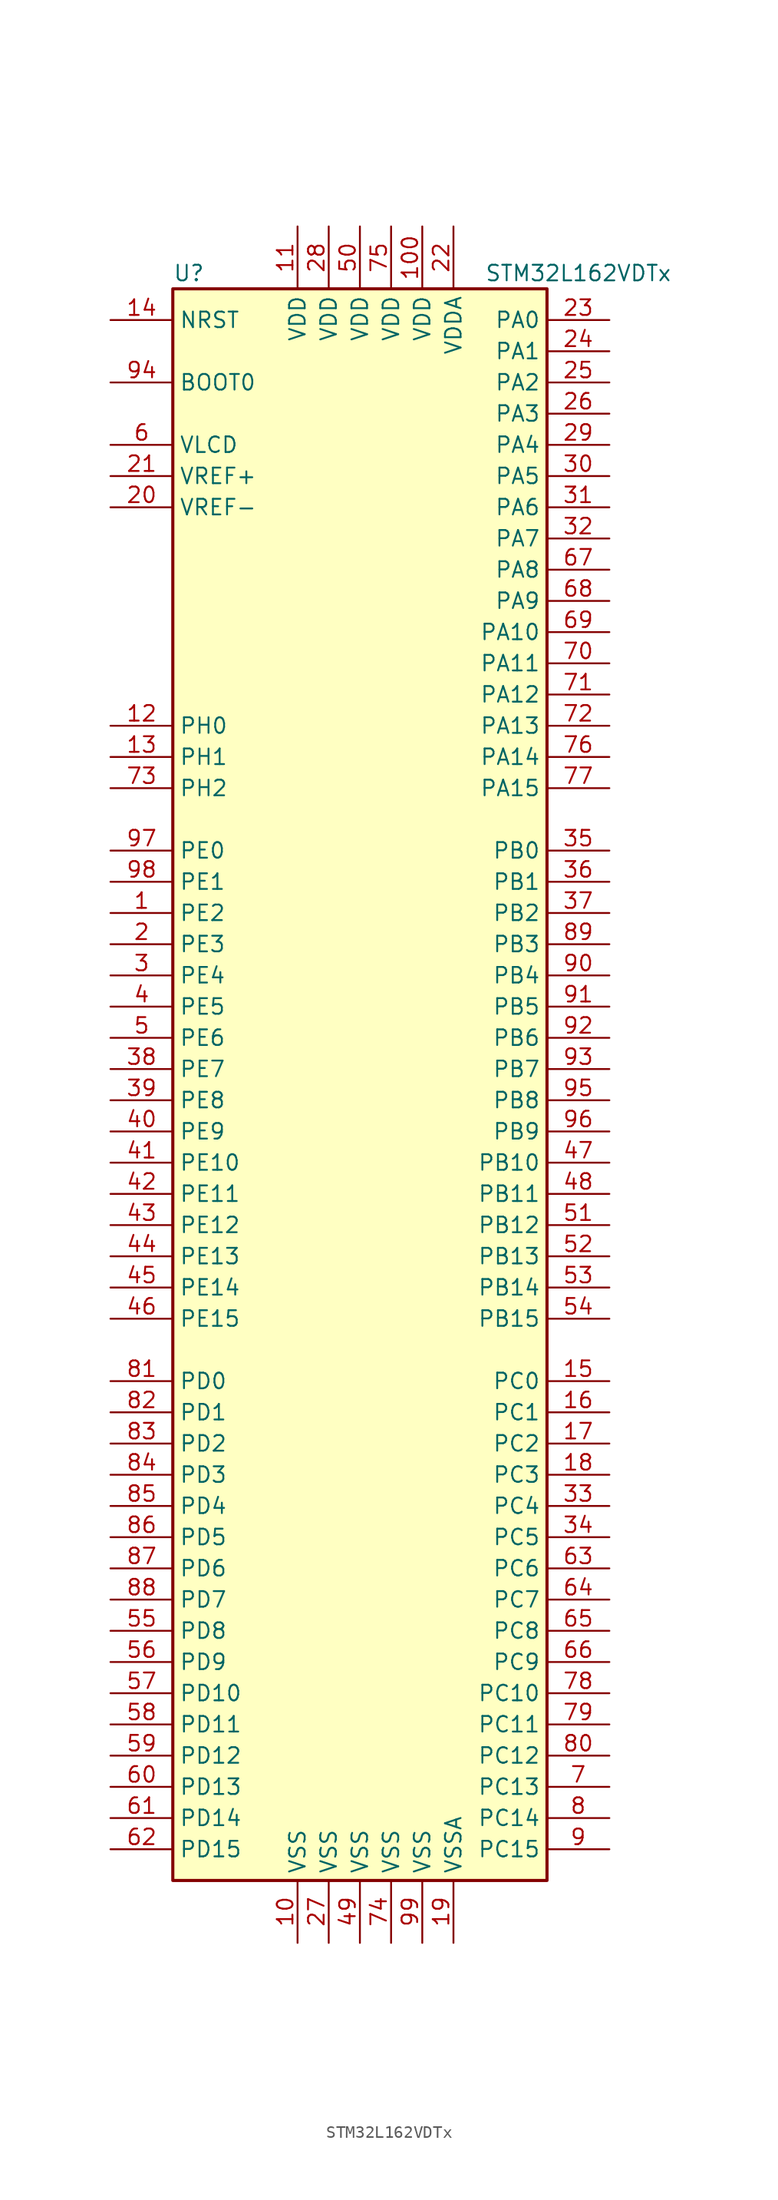
<source format=kicad_sym>
(kicad_symbol_lib
  (version 20201005)
  (generator kicad_symbol_editor)
  (symbol "STM32L162VDTx"
    (property "Reference" "U"
      (at -15.24 64.77 0)
      (effects (font (size 1.27 1.27)) (justify left)))
    (property "Value" "STM32L162VDTx"
      (at 10.16 64.77 0)
      (effects (font (size 1.27 1.27)) (justify left)))
    (symbol "STM32L162VDTx_0_1"
      (rectangle (start -15.24 -66.04) (end 15.24 63.5) (stroke (width 0.254)) (fill (type background))))
    (symbol "STM32L162VDTx_1_1"
      (pin input line (at -20.32 55.88 0) (length 5.08) (name "BOOT0" (effects (font (size 1.27 1.27)))) (number "94" (effects (font (size 1.27 1.27)))))
      (pin input line (at -20.32 60.96 0) (length 5.08) (name "NRST" (effects (font (size 1.27 1.27)))) (number "14" (effects (font (size 1.27 1.27)))))
      (pin bidirectional line (at 20.32 60.96 180) (length 5.08) (name "PA0" (effects (font (size 1.27 1.27)))) (number "23" (effects (font (size 1.27 1.27)))))
      (pin bidirectional line (at 20.32 58.42 180) (length 5.08) (name "PA1" (effects (font (size 1.27 1.27)))) (number "24" (effects (font (size 1.27 1.27)))))
      (pin bidirectional line (at 20.32 35.56 180) (length 5.08) (name "PA10" (effects (font (size 1.27 1.27)))) (number "69" (effects (font (size 1.27 1.27)))))
      (pin bidirectional line (at 20.32 33.02 180) (length 5.08) (name "PA11" (effects (font (size 1.27 1.27)))) (number "70" (effects (font (size 1.27 1.27)))))
      (pin bidirectional line (at 20.32 30.48 180) (length 5.08) (name "PA12" (effects (font (size 1.27 1.27)))) (number "71" (effects (font (size 1.27 1.27)))))
      (pin bidirectional line (at 20.32 27.94 180) (length 5.08) (name "PA13" (effects (font (size 1.27 1.27)))) (number "72" (effects (font (size 1.27 1.27)))))
      (pin bidirectional line (at 20.32 25.4 180) (length 5.08) (name "PA14" (effects (font (size 1.27 1.27)))) (number "76" (effects (font (size 1.27 1.27)))))
      (pin bidirectional line (at 20.32 22.86 180) (length 5.08) (name "PA15" (effects (font (size 1.27 1.27)))) (number "77" (effects (font (size 1.27 1.27)))))
      (pin bidirectional line (at 20.32 55.88 180) (length 5.08) (name "PA2" (effects (font (size 1.27 1.27)))) (number "25" (effects (font (size 1.27 1.27)))))
      (pin bidirectional line (at 20.32 53.34 180) (length 5.08) (name "PA3" (effects (font (size 1.27 1.27)))) (number "26" (effects (font (size 1.27 1.27)))))
      (pin bidirectional line (at 20.32 50.8 180) (length 5.08) (name "PA4" (effects (font (size 1.27 1.27)))) (number "29" (effects (font (size 1.27 1.27)))))
      (pin bidirectional line (at 20.32 48.26 180) (length 5.08) (name "PA5" (effects (font (size 1.27 1.27)))) (number "30" (effects (font (size 1.27 1.27)))))
      (pin bidirectional line (at 20.32 45.72 180) (length 5.08) (name "PA6" (effects (font (size 1.27 1.27)))) (number "31" (effects (font (size 1.27 1.27)))))
      (pin bidirectional line (at 20.32 43.18 180) (length 5.08) (name "PA7" (effects (font (size 1.27 1.27)))) (number "32" (effects (font (size 1.27 1.27)))))
      (pin bidirectional line (at 20.32 40.64 180) (length 5.08) (name "PA8" (effects (font (size 1.27 1.27)))) (number "67" (effects (font (size 1.27 1.27)))))
      (pin bidirectional line (at 20.32 38.1 180) (length 5.08) (name "PA9" (effects (font (size 1.27 1.27)))) (number "68" (effects (font (size 1.27 1.27)))))
      (pin bidirectional line (at 20.32 17.78 180) (length 5.08) (name "PB0" (effects (font (size 1.27 1.27)))) (number "35" (effects (font (size 1.27 1.27)))))
      (pin bidirectional line (at 20.32 15.24 180) (length 5.08) (name "PB1" (effects (font (size 1.27 1.27)))) (number "36" (effects (font (size 1.27 1.27)))))
      (pin bidirectional line (at 20.32 -7.62 180) (length 5.08) (name "PB10" (effects (font (size 1.27 1.27)))) (number "47" (effects (font (size 1.27 1.27)))))
      (pin bidirectional line (at 20.32 -10.16 180) (length 5.08) (name "PB11" (effects (font (size 1.27 1.27)))) (number "48" (effects (font (size 1.27 1.27)))))
      (pin bidirectional line (at 20.32 -12.7 180) (length 5.08) (name "PB12" (effects (font (size 1.27 1.27)))) (number "51" (effects (font (size 1.27 1.27)))))
      (pin bidirectional line (at 20.32 -15.24 180) (length 5.08) (name "PB13" (effects (font (size 1.27 1.27)))) (number "52" (effects (font (size 1.27 1.27)))))
      (pin bidirectional line (at 20.32 -17.78 180) (length 5.08) (name "PB14" (effects (font (size 1.27 1.27)))) (number "53" (effects (font (size 1.27 1.27)))))
      (pin bidirectional line (at 20.32 -20.32 180) (length 5.08) (name "PB15" (effects (font (size 1.27 1.27)))) (number "54" (effects (font (size 1.27 1.27)))))
      (pin bidirectional line (at 20.32 12.7 180) (length 5.08) (name "PB2" (effects (font (size 1.27 1.27)))) (number "37" (effects (font (size 1.27 1.27)))))
      (pin bidirectional line (at 20.32 10.16 180) (length 5.08) (name "PB3" (effects (font (size 1.27 1.27)))) (number "89" (effects (font (size 1.27 1.27)))))
      (pin bidirectional line (at 20.32 7.62 180) (length 5.08) (name "PB4" (effects (font (size 1.27 1.27)))) (number "90" (effects (font (size 1.27 1.27)))))
      (pin bidirectional line (at 20.32 5.08 180) (length 5.08) (name "PB5" (effects (font (size 1.27 1.27)))) (number "91" (effects (font (size 1.27 1.27)))))
      (pin bidirectional line (at 20.32 2.54 180) (length 5.08) (name "PB6" (effects (font (size 1.27 1.27)))) (number "92" (effects (font (size 1.27 1.27)))))
      (pin bidirectional line (at 20.32 0 180) (length 5.08) (name "PB7" (effects (font (size 1.27 1.27)))) (number "93" (effects (font (size 1.27 1.27)))))
      (pin bidirectional line (at 20.32 -2.54 180) (length 5.08) (name "PB8" (effects (font (size 1.27 1.27)))) (number "95" (effects (font (size 1.27 1.27)))))
      (pin bidirectional line (at 20.32 -5.08 180) (length 5.08) (name "PB9" (effects (font (size 1.27 1.27)))) (number "96" (effects (font (size 1.27 1.27)))))
      (pin bidirectional line (at 20.32 -25.4 180) (length 5.08) (name "PC0" (effects (font (size 1.27 1.27)))) (number "15" (effects (font (size 1.27 1.27)))))
      (pin bidirectional line (at 20.32 -27.94 180) (length 5.08) (name "PC1" (effects (font (size 1.27 1.27)))) (number "16" (effects (font (size 1.27 1.27)))))
      (pin bidirectional line (at 20.32 -50.8 180) (length 5.08) (name "PC10" (effects (font (size 1.27 1.27)))) (number "78" (effects (font (size 1.27 1.27)))))
      (pin bidirectional line (at 20.32 -53.34 180) (length 5.08) (name "PC11" (effects (font (size 1.27 1.27)))) (number "79" (effects (font (size 1.27 1.27)))))
      (pin bidirectional line (at 20.32 -55.88 180) (length 5.08) (name "PC12" (effects (font (size 1.27 1.27)))) (number "80" (effects (font (size 1.27 1.27)))))
      (pin bidirectional line (at 20.32 -58.42 180) (length 5.08) (name "PC13" (effects (font (size 1.27 1.27)))) (number "7" (effects (font (size 1.27 1.27)))))
      (pin bidirectional line (at 20.32 -60.96 180) (length 5.08) (name "PC14" (effects (font (size 1.27 1.27)))) (number "8" (effects (font (size 1.27 1.27)))))
      (pin bidirectional line (at 20.32 -63.5 180) (length 5.08) (name "PC15" (effects (font (size 1.27 1.27)))) (number "9" (effects (font (size 1.27 1.27)))))
      (pin bidirectional line (at 20.32 -30.48 180) (length 5.08) (name "PC2" (effects (font (size 1.27 1.27)))) (number "17" (effects (font (size 1.27 1.27)))))
      (pin bidirectional line (at 20.32 -33.02 180) (length 5.08) (name "PC3" (effects (font (size 1.27 1.27)))) (number "18" (effects (font (size 1.27 1.27)))))
      (pin bidirectional line (at 20.32 -35.56 180) (length 5.08) (name "PC4" (effects (font (size 1.27 1.27)))) (number "33" (effects (font (size 1.27 1.27)))))
      (pin bidirectional line (at 20.32 -38.1 180) (length 5.08) (name "PC5" (effects (font (size 1.27 1.27)))) (number "34" (effects (font (size 1.27 1.27)))))
      (pin bidirectional line (at 20.32 -40.64 180) (length 5.08) (name "PC6" (effects (font (size 1.27 1.27)))) (number "63" (effects (font (size 1.27 1.27)))))
      (pin bidirectional line (at 20.32 -43.18 180) (length 5.08) (name "PC7" (effects (font (size 1.27 1.27)))) (number "64" (effects (font (size 1.27 1.27)))))
      (pin bidirectional line (at 20.32 -45.72 180) (length 5.08) (name "PC8" (effects (font (size 1.27 1.27)))) (number "65" (effects (font (size 1.27 1.27)))))
      (pin bidirectional line (at 20.32 -48.26 180) (length 5.08) (name "PC9" (effects (font (size 1.27 1.27)))) (number "66" (effects (font (size 1.27 1.27)))))
      (pin bidirectional line (at -20.32 -25.4 0) (length 5.08) (name "PD0" (effects (font (size 1.27 1.27)))) (number "81" (effects (font (size 1.27 1.27)))))
      (pin bidirectional line (at -20.32 -27.94 0) (length 5.08) (name "PD1" (effects (font (size 1.27 1.27)))) (number "82" (effects (font (size 1.27 1.27)))))
      (pin bidirectional line (at -20.32 -50.8 0) (length 5.08) (name "PD10" (effects (font (size 1.27 1.27)))) (number "57" (effects (font (size 1.27 1.27)))))
      (pin bidirectional line (at -20.32 -53.34 0) (length 5.08) (name "PD11" (effects (font (size 1.27 1.27)))) (number "58" (effects (font (size 1.27 1.27)))))
      (pin bidirectional line (at -20.32 -55.88 0) (length 5.08) (name "PD12" (effects (font (size 1.27 1.27)))) (number "59" (effects (font (size 1.27 1.27)))))
      (pin bidirectional line (at -20.32 -58.42 0) (length 5.08) (name "PD13" (effects (font (size 1.27 1.27)))) (number "60" (effects (font (size 1.27 1.27)))))
      (pin bidirectional line (at -20.32 -60.96 0) (length 5.08) (name "PD14" (effects (font (size 1.27 1.27)))) (number "61" (effects (font (size 1.27 1.27)))))
      (pin bidirectional line (at -20.32 -63.5 0) (length 5.08) (name "PD15" (effects (font (size 1.27 1.27)))) (number "62" (effects (font (size 1.27 1.27)))))
      (pin bidirectional line (at -20.32 -30.48 0) (length 5.08) (name "PD2" (effects (font (size 1.27 1.27)))) (number "83" (effects (font (size 1.27 1.27)))))
      (pin bidirectional line (at -20.32 -33.02 0) (length 5.08) (name "PD3" (effects (font (size 1.27 1.27)))) (number "84" (effects (font (size 1.27 1.27)))))
      (pin bidirectional line (at -20.32 -35.56 0) (length 5.08) (name "PD4" (effects (font (size 1.27 1.27)))) (number "85" (effects (font (size 1.27 1.27)))))
      (pin bidirectional line (at -20.32 -38.1 0) (length 5.08) (name "PD5" (effects (font (size 1.27 1.27)))) (number "86" (effects (font (size 1.27 1.27)))))
      (pin bidirectional line (at -20.32 -40.64 0) (length 5.08) (name "PD6" (effects (font (size 1.27 1.27)))) (number "87" (effects (font (size 1.27 1.27)))))
      (pin bidirectional line (at -20.32 -43.18 0) (length 5.08) (name "PD7" (effects (font (size 1.27 1.27)))) (number "88" (effects (font (size 1.27 1.27)))))
      (pin bidirectional line (at -20.32 -45.72 0) (length 5.08) (name "PD8" (effects (font (size 1.27 1.27)))) (number "55" (effects (font (size 1.27 1.27)))))
      (pin bidirectional line (at -20.32 -48.26 0) (length 5.08) (name "PD9" (effects (font (size 1.27 1.27)))) (number "56" (effects (font (size 1.27 1.27)))))
      (pin bidirectional line (at -20.32 17.78 0) (length 5.08) (name "PE0" (effects (font (size 1.27 1.27)))) (number "97" (effects (font (size 1.27 1.27)))))
      (pin bidirectional line (at -20.32 15.24 0) (length 5.08) (name "PE1" (effects (font (size 1.27 1.27)))) (number "98" (effects (font (size 1.27 1.27)))))
      (pin bidirectional line (at -20.32 -7.62 0) (length 5.08) (name "PE10" (effects (font (size 1.27 1.27)))) (number "41" (effects (font (size 1.27 1.27)))))
      (pin bidirectional line (at -20.32 -10.16 0) (length 5.08) (name "PE11" (effects (font (size 1.27 1.27)))) (number "42" (effects (font (size 1.27 1.27)))))
      (pin bidirectional line (at -20.32 -12.7 0) (length 5.08) (name "PE12" (effects (font (size 1.27 1.27)))) (number "43" (effects (font (size 1.27 1.27)))))
      (pin bidirectional line (at -20.32 -15.24 0) (length 5.08) (name "PE13" (effects (font (size 1.27 1.27)))) (number "44" (effects (font (size 1.27 1.27)))))
      (pin bidirectional line (at -20.32 -17.78 0) (length 5.08) (name "PE14" (effects (font (size 1.27 1.27)))) (number "45" (effects (font (size 1.27 1.27)))))
      (pin bidirectional line (at -20.32 -20.32 0) (length 5.08) (name "PE15" (effects (font (size 1.27 1.27)))) (number "46" (effects (font (size 1.27 1.27)))))
      (pin bidirectional line (at -20.32 12.7 0) (length 5.08) (name "PE2" (effects (font (size 1.27 1.27)))) (number "1" (effects (font (size 1.27 1.27)))))
      (pin bidirectional line (at -20.32 10.16 0) (length 5.08) (name "PE3" (effects (font (size 1.27 1.27)))) (number "2" (effects (font (size 1.27 1.27)))))
      (pin bidirectional line (at -20.32 7.62 0) (length 5.08) (name "PE4" (effects (font (size 1.27 1.27)))) (number "3" (effects (font (size 1.27 1.27)))))
      (pin bidirectional line (at -20.32 5.08 0) (length 5.08) (name "PE5" (effects (font (size 1.27 1.27)))) (number "4" (effects (font (size 1.27 1.27)))))
      (pin bidirectional line (at -20.32 2.54 0) (length 5.08) (name "PE6" (effects (font (size 1.27 1.27)))) (number "5" (effects (font (size 1.27 1.27)))))
      (pin bidirectional line (at -20.32 0 0) (length 5.08) (name "PE7" (effects (font (size 1.27 1.27)))) (number "38" (effects (font (size 1.27 1.27)))))
      (pin bidirectional line (at -20.32 -2.54 0) (length 5.08) (name "PE8" (effects (font (size 1.27 1.27)))) (number "39" (effects (font (size 1.27 1.27)))))
      (pin bidirectional line (at -20.32 -5.08 0) (length 5.08) (name "PE9" (effects (font (size 1.27 1.27)))) (number "40" (effects (font (size 1.27 1.27)))))
      (pin input line (at -20.32 27.94 0) (length 5.08) (name "PH0" (effects (font (size 1.27 1.27)))) (number "12" (effects (font (size 1.27 1.27)))))
      (pin input line (at -20.32 25.4 0) (length 5.08) (name "PH1" (effects (font (size 1.27 1.27)))) (number "13" (effects (font (size 1.27 1.27)))))
      (pin bidirectional line (at -20.32 22.86 0) (length 5.08) (name "PH2" (effects (font (size 1.27 1.27)))) (number "73" (effects (font (size 1.27 1.27)))))
      (pin power_in line (at 5.08 68.58 270) (length 5.08) (name "VDD" (effects (font (size 1.27 1.27)))) (number "100" (effects (font (size 1.27 1.27)))))
      (pin power_in line (at -5.08 68.58 270) (length 5.08) (name "VDD" (effects (font (size 1.27 1.27)))) (number "11" (effects (font (size 1.27 1.27)))))
      (pin power_in line (at -2.54 68.58 270) (length 5.08) (name "VDD" (effects (font (size 1.27 1.27)))) (number "28" (effects (font (size 1.27 1.27)))))
      (pin power_in line (at 0 68.58 270) (length 5.08) (name "VDD" (effects (font (size 1.27 1.27)))) (number "50" (effects (font (size 1.27 1.27)))))
      (pin power_in line (at 2.54 68.58 270) (length 5.08) (name "VDD" (effects (font (size 1.27 1.27)))) (number "75" (effects (font (size 1.27 1.27)))))
      (pin power_in line (at 7.62 68.58 270) (length 5.08) (name "VDDA" (effects (font (size 1.27 1.27)))) (number "22" (effects (font (size 1.27 1.27)))))
      (pin power_in line (at -20.32 50.8 0) (length 5.08) (name "VLCD" (effects (font (size 1.27 1.27)))) (number "6" (effects (font (size 1.27 1.27)))))
      (pin power_in line (at -20.32 48.26 0) (length 5.08) (name "VREF+" (effects (font (size 1.27 1.27)))) (number "21" (effects (font (size 1.27 1.27)))))
      (pin power_in line (at -20.32 45.72 0) (length 5.08) (name "VREF-" (effects (font (size 1.27 1.27)))) (number "20" (effects (font (size 1.27 1.27)))))
      (pin power_in line (at -5.08 -71.12 90) (length 5.08) (name "VSS" (effects (font (size 1.27 1.27)))) (number "10" (effects (font (size 1.27 1.27)))))
      (pin power_in line (at -2.54 -71.12 90) (length 5.08) (name "VSS" (effects (font (size 1.27 1.27)))) (number "27" (effects (font (size 1.27 1.27)))))
      (pin power_in line (at 0 -71.12 90) (length 5.08) (name "VSS" (effects (font (size 1.27 1.27)))) (number "49" (effects (font (size 1.27 1.27)))))
      (pin power_in line (at 2.54 -71.12 90) (length 5.08) (name "VSS" (effects (font (size 1.27 1.27)))) (number "74" (effects (font (size 1.27 1.27)))))
      (pin power_in line (at 5.08 -71.12 90) (length 5.08) (name "VSS" (effects (font (size 1.27 1.27)))) (number "99" (effects (font (size 1.27 1.27)))))
      (pin power_in line (at 7.62 -71.12 90) (length 5.08) (name "VSSA" (effects (font (size 1.27 1.27)))) (number "19" (effects (font (size 1.27 1.27))))))))
</source>
